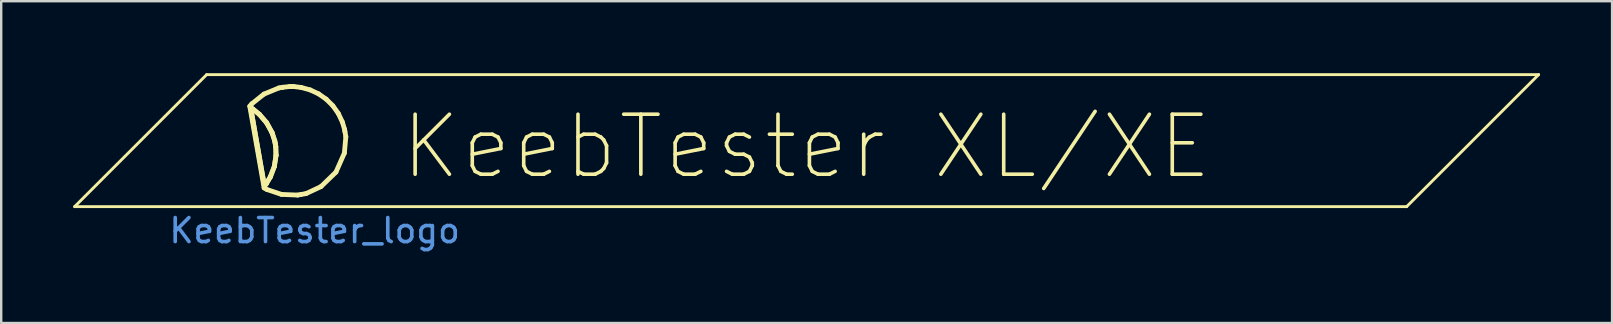
<source format=kicad_pcb>
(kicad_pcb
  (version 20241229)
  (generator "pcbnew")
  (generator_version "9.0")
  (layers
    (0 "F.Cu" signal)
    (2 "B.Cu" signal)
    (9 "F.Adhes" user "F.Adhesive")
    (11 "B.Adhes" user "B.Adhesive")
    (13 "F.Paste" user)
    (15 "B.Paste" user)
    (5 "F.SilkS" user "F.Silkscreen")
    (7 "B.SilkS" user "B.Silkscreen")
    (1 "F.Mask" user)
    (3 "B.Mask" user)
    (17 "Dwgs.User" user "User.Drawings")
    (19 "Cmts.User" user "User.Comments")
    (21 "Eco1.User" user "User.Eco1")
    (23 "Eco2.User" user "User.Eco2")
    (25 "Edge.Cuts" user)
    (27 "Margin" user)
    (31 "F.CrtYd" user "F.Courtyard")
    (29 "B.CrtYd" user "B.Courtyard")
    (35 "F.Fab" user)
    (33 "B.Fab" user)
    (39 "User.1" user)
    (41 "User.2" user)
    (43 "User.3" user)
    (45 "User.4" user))
  (footprint "KeebTester_logo"
    (layer "F.Cu")
    (at 9.56 3.06)
    (property "Reference" "KeebTester_logo" (at 0.5 3.5 0) (layer "Cmts.User") (effects (font (size 1 1) (thickness 0.15))))
    (attr through_hole)
    (fp_line (start -9.5 2.5) (end 46 2.5) (stroke (width 0.12) (type solid)) (layer "F.SilkS"))
    (fp_line (start -4 -3) (end -9.5 2.5) (stroke (width 0.12) (type solid)) (layer "F.SilkS"))
    (fp_line (start -2.203 -1.683) (end -1.605 1.719) (stroke (width 0.2) (type solid)) (layer "F.SilkS"))
    (fp_line (start -2.167 -1.627) (end -2.167 -1.627) (stroke (width 0.2) (type solid)) (layer "F.SilkS"))
    (fp_line (start -2.167 -1.627) (end -2.07 -1.567) (stroke (width 0.2) (type solid)) (layer "F.SilkS"))
    (fp_line (start -2.164 -1.615) (end -2.164 -1.615) (stroke (width 0.2) (type solid)) (layer "F.SilkS"))
    (fp_line (start -2.164 -1.615) (end -2.067 -1.557) (stroke (width 0.2) (type solid)) (layer "F.SilkS"))
    (fp_line (start -2.121 -1.783) (end -2.203 -1.683) (stroke (width 0.2) (type solid)) (layer "F.SilkS"))
    (fp_line (start -2.07 -1.567) (end -1.802 -1.349) (stroke (width 0.2) (type solid)) (layer "F.SilkS"))
    (fp_line (start -2.067 -1.557) (end -1.801 -1.339) (stroke (width 0.2) (type solid)) (layer "F.SilkS"))
    (fp_line (start -1.802 -1.349) (end -1.5 -1) (stroke (width 0.2) (type solid)) (layer "F.SilkS"))
    (fp_line (start -1.801 -1.339) (end -1.501 -0.99) (stroke (width 0.2) (type solid)) (layer "F.SilkS"))
    (fp_line (start -1.612 -2.189) (end -2.121 -1.783) (stroke (width 0.2) (type solid)) (layer "F.SilkS"))
    (fp_line (start -1.605 1.719) (end -1.493 1.784) (stroke (width 0.2) (type solid)) (layer "F.SilkS"))
    (fp_line (start -1.591 1.642) (end -2.164 -1.615) (stroke (width 0.2) (type solid)) (layer "F.SilkS"))
    (fp_line (start -1.591 1.643) (end -2.167 -1.627) (stroke (width 0.2) (type solid)) (layer "F.SilkS"))
    (fp_line (start -1.521 1.553) (end -1.591 1.642) (stroke (width 0.2) (type solid)) (layer "F.SilkS"))
    (fp_line (start -1.52 1.554) (end -1.591 1.643) (stroke (width 0.2) (type solid)) (layer "F.SilkS"))
    (fp_line (start -1.501 -0.99) (end -1.276 -0.58) (stroke (width 0.2) (type solid)) (layer "F.SilkS"))
    (fp_line (start -1.5 -1) (end -1.274 -0.588) (stroke (width 0.2) (type solid)) (layer "F.SilkS"))
    (fp_line (start -1.493 1.784) (end -0.877 1.991) (stroke (width 0.2) (type solid)) (layer "F.SilkS"))
    (fp_line (start -1.344 1.257) (end -1.521 1.553) (stroke (width 0.2) (type solid)) (layer "F.SilkS"))
    (fp_line (start -1.343 1.256) (end -1.52 1.554) (stroke (width 0.2) (type solid)) (layer "F.SilkS"))
    (fp_line (start -1.276 -0.58) (end -1.163 -0.235) (stroke (width 0.2) (type solid)) (layer "F.SilkS"))
    (fp_line (start -1.274 -0.588) (end -1.16 -0.242) (stroke (width 0.2) (type solid)) (layer "F.SilkS"))
    (fp_line (start -1.181 0.827) (end -1.344 1.257) (stroke (width 0.2) (type solid)) (layer "F.SilkS"))
    (fp_line (start -1.178 0.825) (end -1.343 1.256) (stroke (width 0.2) (type solid)) (layer "F.SilkS"))
    (fp_line (start -1.163 -0.235) (end -1.142 -0.117) (stroke (width 0.2) (type solid)) (layer "F.SilkS"))
    (fp_line (start -1.16 -0.242) (end -1.139 -0.123) (stroke (width 0.2) (type solid)) (layer "F.SilkS"))
    (fp_line (start -1.142 -0.117) (end -1.121 0.001) (stroke (width 0.2) (type solid)) (layer "F.SilkS"))
    (fp_line (start -1.139 -0.123) (end -1.118 -0.004) (stroke (width 0.2) (type solid)) (layer "F.SilkS"))
    (fp_line (start -1.121 0.001) (end -1.11 0.364) (stroke (width 0.2) (type solid)) (layer "F.SilkS"))
    (fp_line (start -1.118 -0.004) (end -1.107 0.361) (stroke (width 0.2) (type solid)) (layer "F.SilkS"))
    (fp_line (start -1.11 0.364) (end -1.181 0.827) (stroke (width 0.2) (type solid)) (layer "F.SilkS"))
    (fp_line (start -1.107 0.361) (end -1.178 0.825) (stroke (width 0.2) (type solid)) (layer "F.SilkS"))
    (fp_line (start -0.994 -2.444) (end -1.612 -2.189) (stroke (width 0.2) (type solid)) (layer "F.SilkS"))
    (fp_line (start -0.877 1.991) (end -0.209 2.018) (stroke (width 0.2) (type solid)) (layer "F.SilkS"))
    (fp_line (start -0.857 -2.468) (end -0.994 -2.444) (stroke (width 0.2) (type solid)) (layer "F.SilkS"))
    (fp_line (start -0.823 -2.474) (end -0.857 -2.468) (stroke (width 0.2) (type solid)) (layer "F.SilkS"))
    (fp_line (start -0.557 -2.502) (end -0.823 -2.474) (stroke (width 0.2) (type solid)) (layer "F.SilkS"))
    (fp_line (start -0.456 -2.502) (end -0.557 -2.502) (stroke (width 0.2) (type solid)) (layer "F.SilkS"))
    (fp_line (start -0.456 -2.502) (end -0.456 -2.502) (stroke (width 0.2) (type solid)) (layer "F.SilkS"))
    (fp_line (start -0.357 -2.502) (end -0.456 -2.502) (stroke (width 0.2) (type solid)) (layer "F.SilkS"))
    (fp_line (start -0.209 2.018) (end -0.072 1.994) (stroke (width 0.2) (type solid)) (layer "F.SilkS"))
    (fp_line (start -0.072 1.994) (end 0.145 1.956) (stroke (width 0.2) (type solid)) (layer "F.SilkS"))
    (fp_line (start -0.061 -2.466) (end -0.357 -2.502) (stroke (width 0.2) (type solid)) (layer "F.SilkS"))
    (fp_line (start 0.145 1.956) (end 0.764 1.665) (stroke (width 0.2) (type solid)) (layer "F.SilkS"))
    (fp_line (start 0.316 -2.363) (end -0.061 -2.466) (stroke (width 0.2) (type solid)) (layer "F.SilkS"))
    (fp_line (start 0.667 -2.198) (end 0.316 -2.363) (stroke (width 0.2) (type solid)) (layer "F.SilkS"))
    (fp_line (start 0.764 1.665) (end 1.387 1.063) (stroke (width 0.2) (type solid)) (layer "F.SilkS"))
    (fp_line (start 0.983 -1.977) (end 0.667 -2.198) (stroke (width 0.2) (type solid)) (layer "F.SilkS"))
    (fp_line (start 1.258 -1.704) (end 0.983 -1.977) (stroke (width 0.2) (type solid)) (layer "F.SilkS"))
    (fp_line (start 1.387 1.063) (end 1.739 0.269) (stroke (width 0.2) (type solid)) (layer "F.SilkS"))
    (fp_line (start 1.485 -1.385) (end 1.258 -1.704) (stroke (width 0.2) (type solid)) (layer "F.SilkS"))
    (fp_line (start 1.655 -1.026) (end 1.485 -1.385) (stroke (width 0.2) (type solid)) (layer "F.SilkS"))
    (fp_line (start 1.739 0.269) (end 1.8 -0.413) (stroke (width 0.2) (type solid)) (layer "F.SilkS"))
    (fp_line (start 1.744 -0.73) (end 1.655 -1.026) (stroke (width 0.2) (type solid)) (layer "F.SilkS"))
    (fp_line (start 1.762 -0.63) (end 1.744 -0.73) (stroke (width 0.2) (type solid)) (layer "F.SilkS"))
    (fp_line (start 1.8 -0.413) (end 1.762 -0.63) (stroke (width 0.2) (type solid)) (layer "F.SilkS"))
    (fp_line (start 46 2.5) (end 51.5 -3) (stroke (width 0.12) (type solid)) (layer "F.SilkS"))
    (fp_line (start 51.5 -3) (end -4 -3) (stroke (width 0.12) (type solid)) (layer "F.SilkS"))
    (fp_text user "KeebTester XL/XE" (at 38 0 0) (layer "F.SilkS") (effects (font (size 2.5 2.5) (thickness 0.15)) (justify right))))
  (gr_rect
    (start -3 -3)
    (end 64.12 10.408)
    (stroke (width 0.1) (type default))
    (fill no)
    (layer "Edge.Cuts")))
</source>
